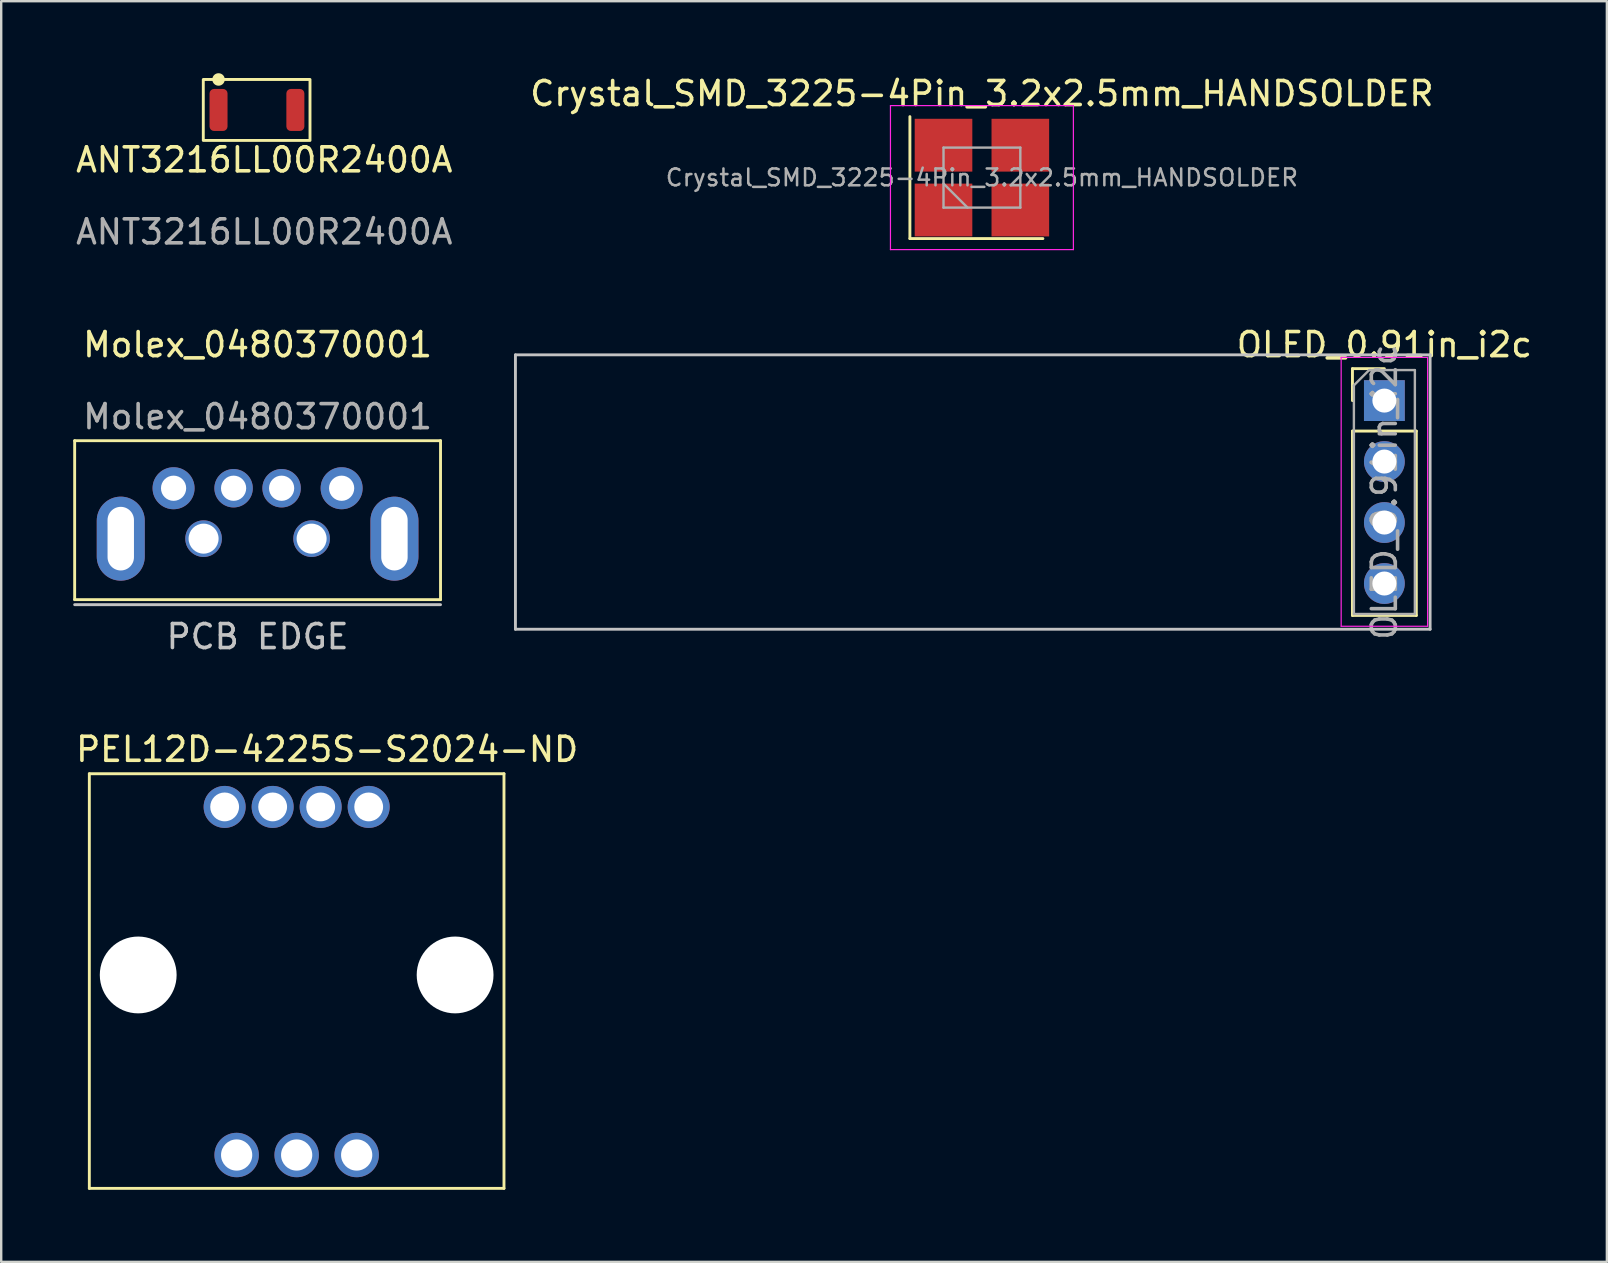
<source format=kicad_pcb>
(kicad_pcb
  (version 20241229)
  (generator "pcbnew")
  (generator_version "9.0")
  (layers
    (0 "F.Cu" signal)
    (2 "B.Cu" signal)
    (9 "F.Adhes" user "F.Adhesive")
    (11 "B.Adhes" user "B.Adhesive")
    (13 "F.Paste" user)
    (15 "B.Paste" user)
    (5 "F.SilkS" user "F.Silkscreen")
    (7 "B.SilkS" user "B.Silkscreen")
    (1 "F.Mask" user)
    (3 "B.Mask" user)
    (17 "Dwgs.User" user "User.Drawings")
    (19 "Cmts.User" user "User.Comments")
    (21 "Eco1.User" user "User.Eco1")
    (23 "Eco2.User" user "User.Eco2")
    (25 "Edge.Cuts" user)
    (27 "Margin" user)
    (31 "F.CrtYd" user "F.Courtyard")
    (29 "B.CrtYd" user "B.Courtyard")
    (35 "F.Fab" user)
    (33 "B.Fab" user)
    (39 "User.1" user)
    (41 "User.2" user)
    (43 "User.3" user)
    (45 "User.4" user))
  (footprint "Crystal_SMD_3225-4Pin_3.2x2.5mm_HANDSOLDER"
    (layer "F.Cu")
    (at 37.851 4.348)
    (property "Reference" "Crystal_SMD_3225-4Pin_3.2x2.5mm_HANDSOLDER" (at 0 -3.5 0) (layer "F.SilkS") (effects (font (size 1 1) (thickness 0.15))))
    (attr smd)
    (fp_line (start -3 -2.54) (end -3 2.54) (stroke (width 0.12) (type solid)) (layer "F.SilkS"))
    (fp_line (start -3 2.54) (end 2.54 2.54) (stroke (width 0.12) (type solid)) (layer "F.SilkS"))
    (fp_line (start -3.81 -3) (end -3.81 3) (stroke (width 0.05) (type solid)) (layer "F.CrtYd"))
    (fp_line (start -3.81 3) (end 3.81 3) (stroke (width 0.05) (type solid)) (layer "F.CrtYd"))
    (fp_line (start 3.81 -3) (end -3.81 -3) (stroke (width 0.05) (type solid)) (layer "F.CrtYd"))
    (fp_line (start 3.81 3) (end 3.81 -3) (stroke (width 0.05) (type solid)) (layer "F.CrtYd"))
    (fp_line (start -1.6 -1.25) (end -1.6 1.25) (stroke (width 0.1) (type solid)) (layer "F.Fab"))
    (fp_line (start -1.6 0.25) (end -0.6 1.25) (stroke (width 0.1) (type solid)) (layer "F.Fab"))
    (fp_line (start -1.6 1.25) (end 1.6 1.25) (stroke (width 0.1) (type solid)) (layer "F.Fab"))
    (fp_line (start 1.6 -1.25) (end -1.6 -1.25) (stroke (width 0.1) (type solid)) (layer "F.Fab"))
    (fp_line (start 1.6 1.25) (end 1.6 -1.25) (stroke (width 0.1) (type solid)) (layer "F.Fab"))
    (fp_text user "${REFERENCE}" (at 0 0 0) (layer "F.Fab") (effects (font (size 0.7 0.7) (thickness 0.105))))
    (pad "1" smd rect (at -1.1 0.85) (size 2.4 2.2) (drill (offset -0.5 0.5)) (layers "F.Cu" "F.Mask" "F.Paste"))
    (pad "2" smd rect (at 1.1 0.85) (size 2.4 2.2) (drill (offset 0.5 0.5)) (layers "F.Cu" "F.Mask" "F.Paste"))
    (pad "3" smd rect (at 1.1 -0.85) (size 2.4 2.2) (drill (offset 0.5 -0.5)) (layers "F.Cu" "F.Mask" "F.Paste"))
    (pad "4" smd rect (at -1.1 -0.85) (size 2.4 2.2) (drill (offset -0.5 -0.5)) (layers "F.Cu" "F.Mask" "F.Paste")))
  (footprint "OLED_0.91in_i2c"
    (layer "F.Cu")
    (at 54.615 13.636)
    (property "Reference" "OLED_0.91in_i2c" (at 0 -2.33 0) (layer "F.SilkS") (effects (font (size 1 1) (thickness 0.15))))
    (attr through_hole)
    (fp_line (start -1.33 -1.33) (end 0 -1.33) (stroke (width 0.12) (type solid)) (layer "F.SilkS"))
    (fp_line (start -1.33 0) (end -1.33 -1.33) (stroke (width 0.12) (type solid)) (layer "F.SilkS"))
    (fp_line (start -1.33 1.27) (end -1.33 8.95) (stroke (width 0.12) (type solid)) (layer "F.SilkS"))
    (fp_line (start -1.33 1.27) (end 1.33 1.27) (stroke (width 0.12) (type solid)) (layer "F.SilkS"))
    (fp_line (start -1.33 8.95) (end 1.33 8.95) (stroke (width 0.12) (type solid)) (layer "F.SilkS"))
    (fp_line (start 1.33 1.27) (end 1.33 8.95) (stroke (width 0.12) (type solid)) (layer "F.SilkS"))
    (fp_line (start -36.195 -1.905) (end -36.195 9.525) (stroke (width 0.12) (type solid)) (layer "Dwgs.User"))
    (fp_line (start 1.905 -1.905) (end -36.195 -1.905) (stroke (width 0.12) (type solid)) (layer "Dwgs.User"))
    (fp_line (start 1.905 -1.905) (end 1.905 9.525) (stroke (width 0.12) (type solid)) (layer "Dwgs.User"))
    (fp_line (start 1.905 9.525) (end -36.195 9.525) (stroke (width 0.12) (type solid)) (layer "Dwgs.User"))
    (fp_line (start -1.8 -1.8) (end -1.8 9.4) (stroke (width 0.05) (type solid)) (layer "F.CrtYd"))
    (fp_line (start -1.8 9.4) (end 1.8 9.4) (stroke (width 0.05) (type solid)) (layer "F.CrtYd"))
    (fp_line (start 1.8 -1.8) (end -1.8 -1.8) (stroke (width 0.05) (type solid)) (layer "F.CrtYd"))
    (fp_line (start 1.8 9.4) (end 1.8 -1.8) (stroke (width 0.05) (type solid)) (layer "F.CrtYd"))
    (fp_line (start -1.27 -0.635) (end -0.635 -1.27) (stroke (width 0.1) (type solid)) (layer "F.Fab"))
    (fp_line (start -1.27 8.89) (end -1.27 -0.635) (stroke (width 0.1) (type solid)) (layer "F.Fab"))
    (fp_line (start -0.635 -1.27) (end 1.27 -1.27) (stroke (width 0.1) (type solid)) (layer "F.Fab"))
    (fp_line (start 1.27 -1.27) (end 1.27 8.89) (stroke (width 0.1) (type solid)) (layer "F.Fab"))
    (fp_line (start 1.27 8.89) (end -1.27 8.89) (stroke (width 0.1) (type solid)) (layer "F.Fab"))
    (fp_text user "${REFERENCE}" (at 0 3.81 90) (layer "F.Fab") (effects (font (size 1 1) (thickness 0.15))))
    (pad "1" thru_hole rect (at 0 0) (size 1.7 1.7) (drill 1) (layers "*.Cu" "*.Mask"))
    (pad "2" thru_hole oval (at 0 2.54) (size 1.7 1.7) (drill 1) (layers "*.Cu" "*.Mask"))
    (pad "3" thru_hole oval (at 0 5.08) (size 1.7 1.7) (drill 1) (layers "*.Cu" "*.Mask"))
    (pad "4" thru_hole oval (at 0 7.62) (size 1.7 1.7) (drill 1) (layers "*.Cu" "*.Mask")))
  (footprint "Molex_0480370001"
    (layer "F.Cu")
    (at 7.68 19.387)
    (property "Reference" "Molex_0480370001" (at 0 -8.08 0) (unlocked yes) (layer "F.SilkS") (effects (font (size 1 1) (thickness 0.15))))
    (attr through_hole)
    (fp_line (start -7.62 -4.08) (end -7.62 2.54) (stroke (width 0.12) (type solid)) (layer "F.SilkS"))
    (fp_line (start -7.62 2.54) (end 7.62 2.54) (stroke (width 0.12) (type solid)) (layer "F.SilkS"))
    (fp_line (start 7.62 -4.08) (end -7.62 -4.08) (stroke (width 0.12) (type solid)) (layer "F.SilkS"))
    (fp_line (start 7.62 2.54) (end 7.62 -4.08) (stroke (width 0.12) (type solid)) (layer "F.SilkS"))
    (fp_line (start -7.62 2.75) (end 7.62 2.75) (stroke (width 0.12) (type solid)) (layer "Dwgs.User"))
    (fp_text user "PCB EDGE" (at 0 4.08 0) (unlocked yes) (layer "Dwgs.User") (effects (font (size 1 1) (thickness 0.15))))
    (fp_text user "${REFERENCE}" (at 0 -5.08 0) (unlocked yes) (layer "F.Fab") (effects (font (size 1 1) (thickness 0.15))))
    (pad "" np_thru_hole circle (at -2.25 0) (size 1.524 1.524) (drill 1.25) (layers "*.Cu" "*.Mask"))
    (pad "" np_thru_hole circle (at 2.25 0) (size 1.524 1.524) (drill 1.25) (layers "*.Cu" "*.Mask"))
    (pad "1" thru_hole circle (at 3.5 -2.1) (size 1.75 1.75) (drill 1.05) (layers "*.Cu" "*.Mask"))
    (pad "2" thru_hole circle (at 1 -2.1) (size 1.6 1.6) (drill 1.05) (layers "*.Cu" "*.Mask"))
    (pad "3" thru_hole circle (at -1 -2.1) (size 1.6 1.6) (drill 1.05) (layers "*.Cu" "*.Mask"))
    (pad "4" thru_hole circle (at -3.5 -2.1) (size 1.75 1.75) (drill 1.05) (layers "*.Cu" "*.Mask"))
    (pad "5" thru_hole oval (at -5.7 0) (size 2 3.5) (drill oval 1.1 2.65) (layers "*.Cu" "*.Mask"))
    (pad "5" thru_hole oval (at 5.7 0) (size 2 3.5) (drill oval 1.1 2.65) (layers "*.Cu" "*.Mask")))
  (footprint "ANT3216LL00R2400A"
    (layer "F.Cu")
    (at 6.053 1.53)
    (property "Reference" "ANT3216LL00R2400A" (at 1.905 2.08 0) (unlocked yes) (layer "F.SilkS") (effects (font (size 1 1) (thickness 0.15))))
    (attr smd)
    (fp_rect (start -0.635 -1.27) (end 3.81 1.27) (stroke (width 0.12) (type solid)) (fill no) (layer "F.SilkS"))
    (fp_circle (center 0 -1.27) (end 0.2 -1.27) (stroke (width 0.12) (type solid)) (fill yes) (layer "F.SilkS"))
    (fp_text user "${REFERENCE}" (at 1.905 5.08 0) (unlocked yes) (layer "F.Fab") (effects (font (size 1 1) (thickness 0.15))))
    (pad "1" smd roundrect (at 0 0 90) (size 1.75 0.75) (layers "F.Cu" "F.Mask" "F.Paste") (roundrect_rratio 0.25))
    (pad "2" smd roundrect (at 3.2 0 90) (size 1.75 0.75) (layers "F.Cu" "F.Mask" "F.Paste") (roundrect_rratio 0.25)))
  (footprint "PEL12D-4225S-S2024-ND"
    (layer "F.Cu")
    (at 9.307 37.561)
    (property "Reference" "PEL12D-4225S-S2024-ND" (at 1.27 -9.398 0) (layer "F.SilkS") (effects (font (size 1 1) (thickness 0.15))))
    (attr through_hole)
    (fp_line (start -8.636 -8.382) (end 8.636 -8.382) (stroke (width 0.12) (type solid)) (layer "F.SilkS"))
    (fp_line (start -8.636 8.89) (end -8.636 -8.382) (stroke (width 0.12) (type solid)) (layer "F.SilkS"))
    (fp_line (start 8.636 -8.382) (end 8.636 8.89) (stroke (width 0.12) (type solid)) (layer "F.SilkS"))
    (fp_line (start 8.636 8.89) (end -8.636 8.89) (stroke (width 0.12) (type solid)) (layer "F.SilkS"))
    (pad "" np_thru_hole circle (at -6.6 0) (size 3.2 3.2) (drill 3.2) (layers "*.Cu" "*.Mask"))
    (pad "" np_thru_hole circle (at 6.6 0) (size 3.2 3.2) (drill 3.2) (layers "*.Cu" "*.Mask"))
    (pad "1" thru_hole circle (at 3 -7) (size 1.75 1.75) (drill 1.2) (layers "*.Cu" "*.Mask"))
    (pad "2" thru_hole circle (at 1 -7) (size 1.75 1.75) (drill 1.2) (layers "*.Cu" "*.Mask"))
    (pad "3" thru_hole circle (at -1 -7) (size 1.75 1.75) (drill 1.2) (layers "*.Cu" "*.Mask"))
    (pad "4" thru_hole circle (at -3 -7) (size 1.75 1.75) (drill 1.2) (layers "*.Cu" "*.Mask"))
    (pad "A" thru_hole circle (at -2.5 7.5) (size 1.85 1.85) (drill 1.3) (layers "*.Cu" "*.Mask"))
    (pad "B" thru_hole circle (at 2.5 7.5) (size 1.85 1.85) (drill 1.3) (layers "*.Cu" "*.Mask"))
    (pad "C" thru_hole circle (at 0 7.5) (size 1.85 1.85) (drill 1.3) (layers "*.Cu" "*.Mask")))
  (gr_rect
    (start -3 -3)
    (end 63.883 49.511)
    (stroke (width 0.1) (type default))
    (fill no)
    (layer "Edge.Cuts")))
</source>
